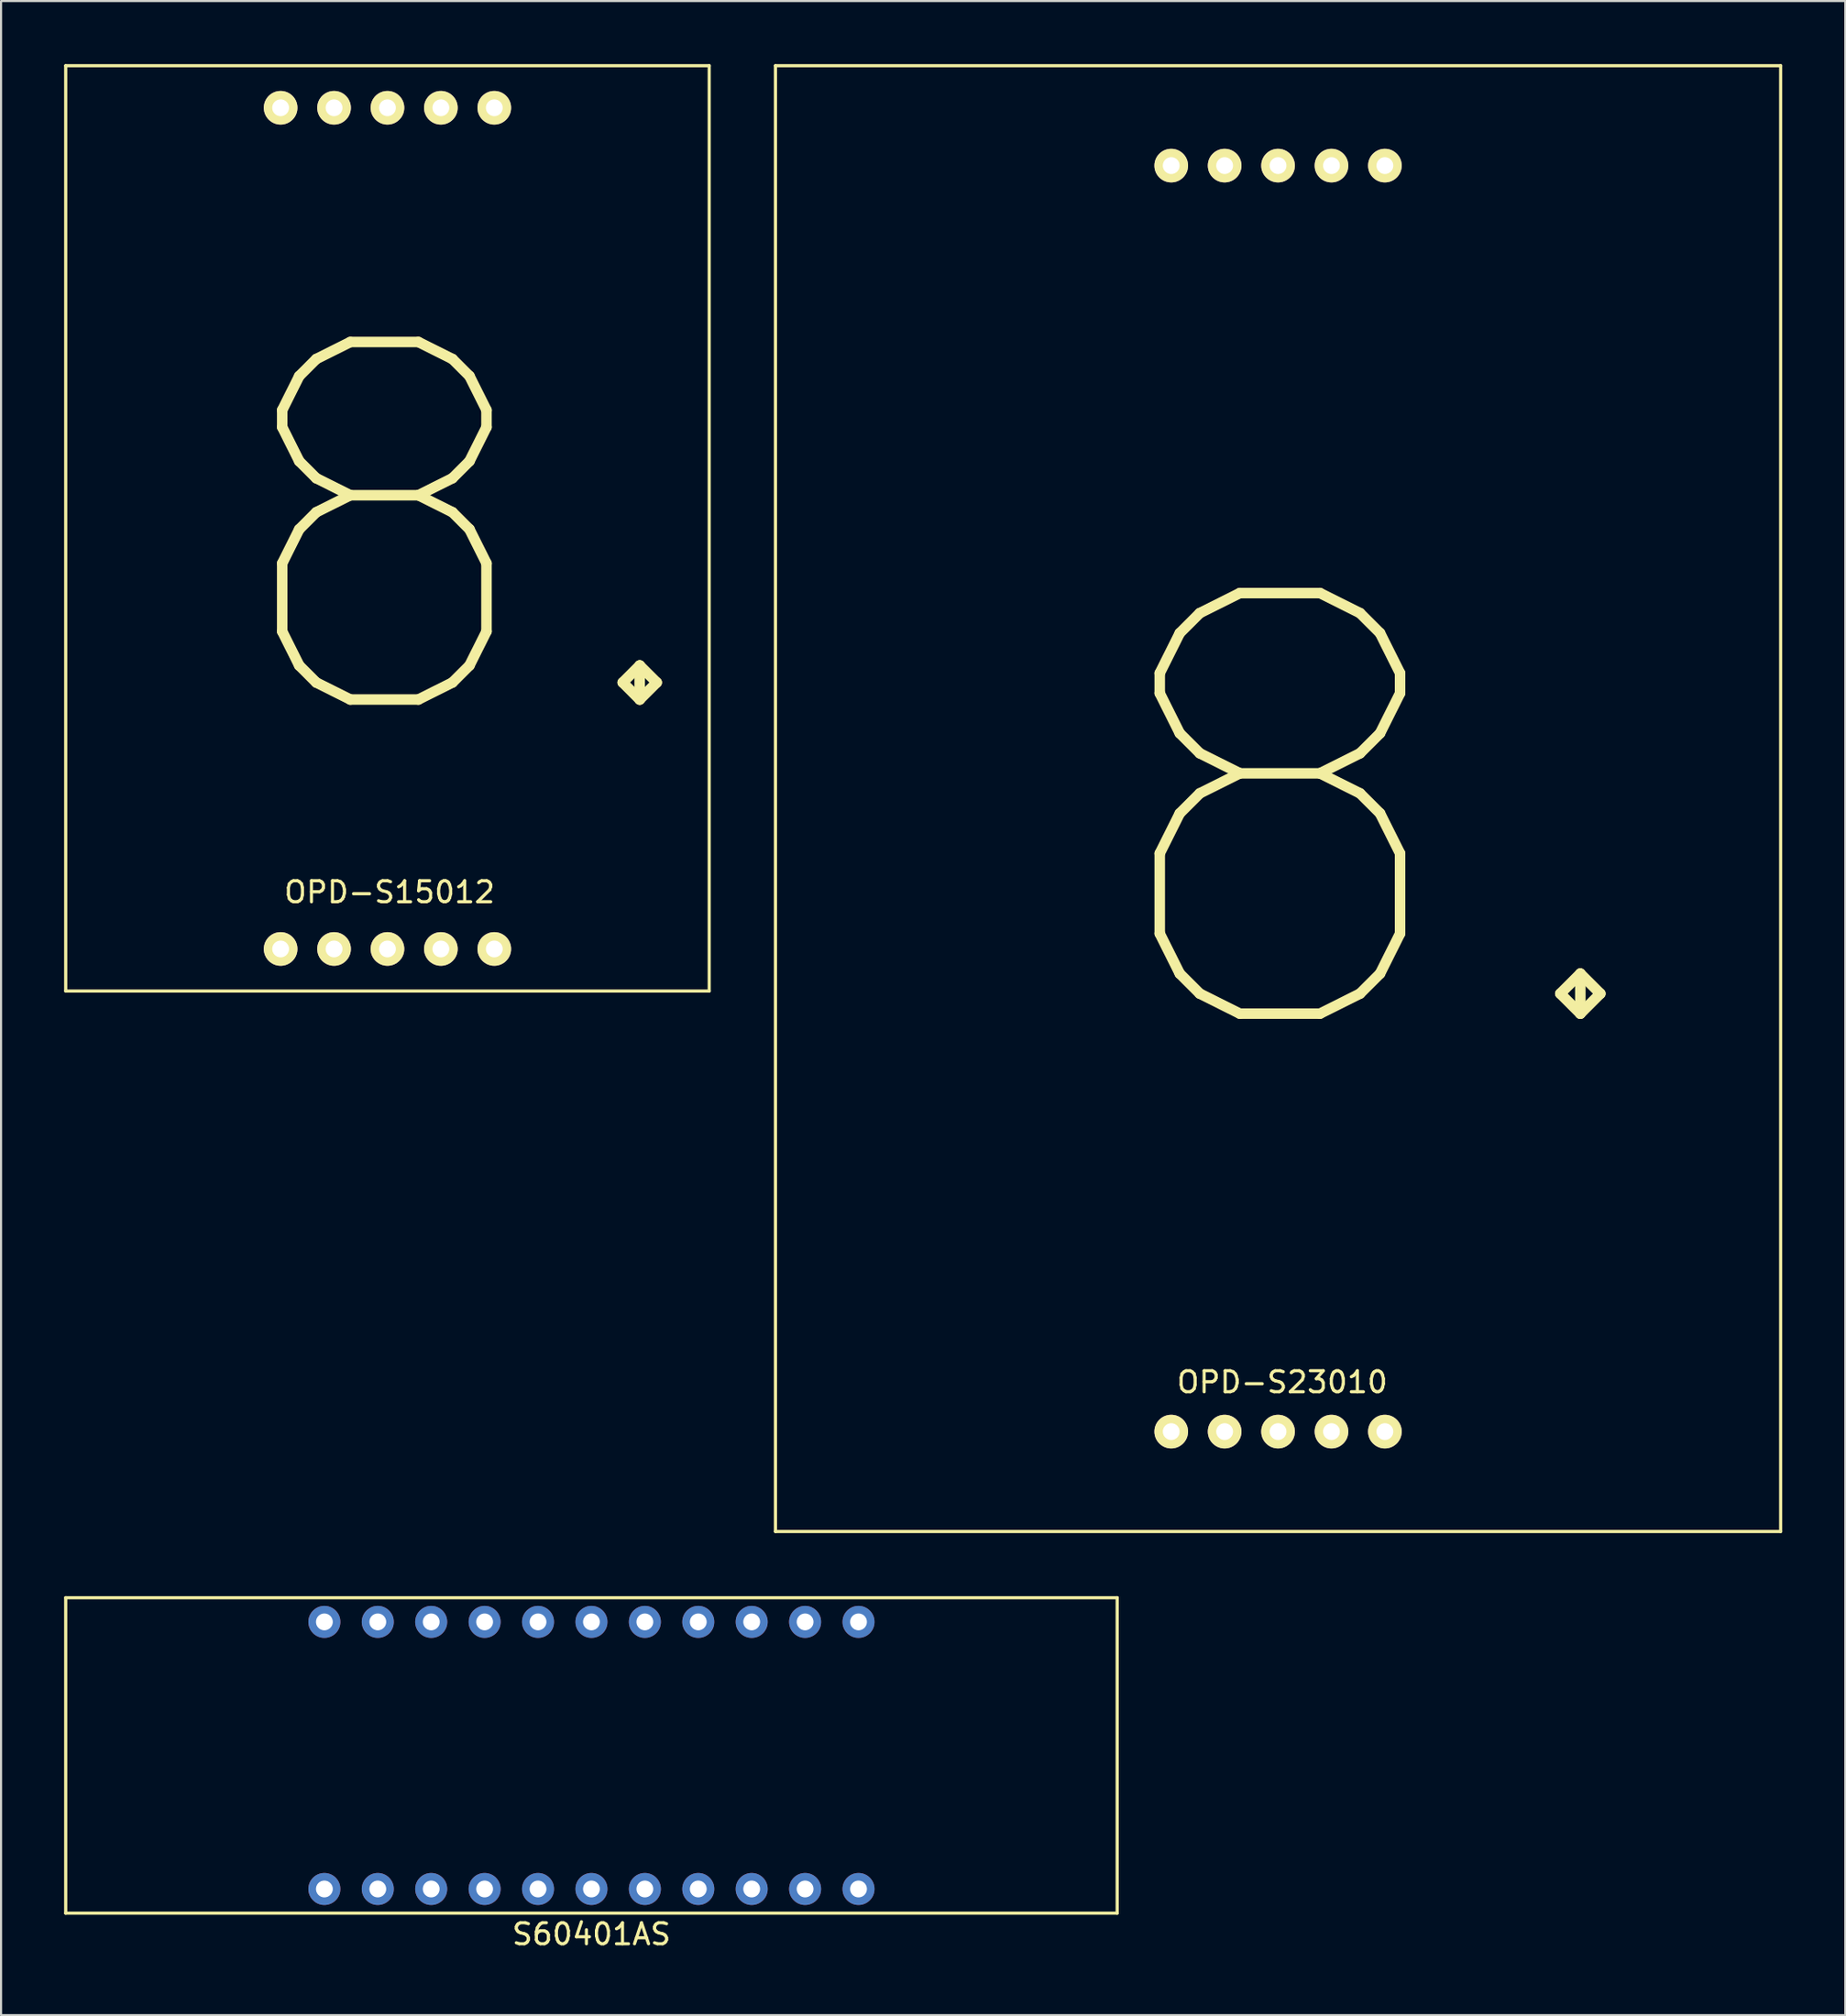
<source format=kicad_pcb>
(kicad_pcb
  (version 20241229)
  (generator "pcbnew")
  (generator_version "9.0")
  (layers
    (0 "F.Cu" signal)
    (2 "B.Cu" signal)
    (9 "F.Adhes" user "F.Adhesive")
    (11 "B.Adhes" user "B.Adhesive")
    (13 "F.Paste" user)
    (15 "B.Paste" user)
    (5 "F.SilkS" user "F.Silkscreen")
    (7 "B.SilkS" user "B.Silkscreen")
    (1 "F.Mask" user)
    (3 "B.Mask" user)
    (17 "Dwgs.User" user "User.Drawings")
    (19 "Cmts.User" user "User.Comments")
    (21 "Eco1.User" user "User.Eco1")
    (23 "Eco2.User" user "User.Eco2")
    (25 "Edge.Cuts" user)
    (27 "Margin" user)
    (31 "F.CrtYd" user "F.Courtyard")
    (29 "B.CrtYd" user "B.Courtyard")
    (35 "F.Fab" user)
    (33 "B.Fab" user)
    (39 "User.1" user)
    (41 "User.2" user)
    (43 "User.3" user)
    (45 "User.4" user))
  (footprint "OPD-S23010"
    (layer "F.Cu")
    (at 57.725 34.925)
    (property "Reference" "OPD-S23010" (at 0.2 27.75 0) (layer "F.SilkS") (effects (font (size 1 1) (thickness 0.15))))
    (attr through_hole)
    (fp_line (start -23.9 -34.85) (end 23.9 -34.85) (stroke (width 0.15) (type solid)) (layer "F.SilkS"))
    (fp_line (start -23.9 34.85) (end -23.9 -34.85) (stroke (width 0.15) (type solid)) (layer "F.SilkS"))
    (fp_line (start 23.9 -34.85) (end 23.9 34.85) (stroke (width 0.15) (type solid)) (layer "F.SilkS"))
    (fp_line (start 23.9 34.85) (end -23.9 34.85) (stroke (width 0.15) (type solid)) (layer "F.SilkS"))
    (fp_text user "8." (at 4.85 1 0) (layer "F.SilkS") (effects (font (size 20 20) (thickness 0.5))))
    (pad "1" thru_hole circle (at -5.08 30.1) (size 1.6 1.6) (drill 0.8) (layers "*.Cu" "*.Mask" "F.SilkS"))
    (pad "2" thru_hole circle (at -2.54 30.1) (size 1.6 1.6) (drill 0.8) (layers "*.Cu" "*.Mask" "F.SilkS"))
    (pad "3" thru_hole circle (at 0 30.1) (size 1.6 1.6) (drill 0.8) (layers "*.Cu" "*.Mask" "F.SilkS"))
    (pad "4" thru_hole circle (at 2.54 30.1) (size 1.6 1.6) (drill 0.8) (layers "*.Cu" "*.Mask" "F.SilkS"))
    (pad "5" thru_hole circle (at 5.08 30.1) (size 1.6 1.6) (drill 0.8) (layers "*.Cu" "*.Mask" "F.SilkS"))
    (pad "6" thru_hole circle (at 5.08 -30.1) (size 1.6 1.6) (drill 0.8) (layers "*.Cu" "*.Mask" "F.SilkS"))
    (pad "7" thru_hole circle (at 2.54 -30.1) (size 1.6 1.6) (drill 0.8) (layers "*.Cu" "*.Mask" "F.SilkS"))
    (pad "8" thru_hole circle (at 0 -30.1) (size 1.6 1.6) (drill 0.8) (layers "*.Cu" "*.Mask" "F.SilkS"))
    (pad "9" thru_hole circle (at -2.54 -30.1) (size 1.6 1.6) (drill 0.8) (layers "*.Cu" "*.Mask" "F.SilkS"))
    (pad "10" thru_hole circle (at -5.08 -30.1) (size 1.6 1.6) (drill 0.8) (layers "*.Cu" "*.Mask" "F.SilkS")))
  (footprint "OPD-S15012"
    (layer "F.Cu")
    (at 15.375 22.075)
    (property "Reference" "OPD-S15012" (at 0.1 17.3 0) (layer "F.SilkS") (effects (font (size 1 1) (thickness 0.15))))
    (attr through_hole)
    (fp_line (start -15.3 -22) (end 15.3 -22) (stroke (width 0.15) (type solid)) (layer "F.SilkS"))
    (fp_line (start -15.3 22) (end -15.3 -22) (stroke (width 0.15) (type solid)) (layer "F.SilkS"))
    (fp_line (start 15.3 -22) (end 15.3 22) (stroke (width 0.15) (type solid)) (layer "F.SilkS"))
    (fp_line (start 15.3 22) (end -15.3 22) (stroke (width 0.15) (type solid)) (layer "F.SilkS"))
    (fp_text user "8." (at 3.9 0.3 0) (layer "F.SilkS") (effects (font (size 17 17) (thickness 0.5))))
    (pad "1" thru_hole circle (at -5.08 20) (size 1.6 1.6) (drill 0.8) (layers "*.Cu" "*.Mask" "F.SilkS"))
    (pad "2" thru_hole circle (at -2.54 20) (size 1.6 1.6) (drill 0.8) (layers "*.Cu" "*.Mask" "F.SilkS"))
    (pad "3" thru_hole circle (at 0 20) (size 1.6 1.6) (drill 0.8) (layers "*.Cu" "*.Mask" "F.SilkS"))
    (pad "4" thru_hole circle (at 2.54 20) (size 1.6 1.6) (drill 0.8) (layers "*.Cu" "*.Mask" "F.SilkS"))
    (pad "5" thru_hole circle (at 5.08 20) (size 1.6 1.6) (drill 0.8) (layers "*.Cu" "*.Mask" "F.SilkS"))
    (pad "6" thru_hole circle (at 5.08 -20) (size 1.6 1.6) (drill 0.8) (layers "*.Cu" "*.Mask" "F.SilkS"))
    (pad "7" thru_hole circle (at 2.54 -20) (size 1.6 1.6) (drill 0.8) (layers "*.Cu" "*.Mask" "F.SilkS"))
    (pad "8" thru_hole circle (at 0 -20) (size 1.6 1.6) (drill 0.8) (layers "*.Cu" "*.Mask" "F.SilkS"))
    (pad "9" thru_hole circle (at -2.54 -20) (size 1.6 1.6) (drill 0.8) (layers "*.Cu" "*.Mask" "F.SilkS"))
    (pad "10" thru_hole circle (at -5.08 -20) (size 1.6 1.6) (drill 0.8) (layers "*.Cu" "*.Mask" "F.SilkS")))
  (footprint "S60401AS"
    (layer "F.Cu")
    (at 25.075 80.425)
    (property "Reference" "S60401AS" (at 0 8.5 0) (layer "F.SilkS") (effects (font (size 1 1) (thickness 0.15))))
    (attr through_hole)
    (fp_line (start -25 -7.5) (end 25 -7.5) (stroke (width 0.15) (type solid)) (layer "F.SilkS"))
    (fp_line (start -25 7.5) (end -25 -7.5) (stroke (width 0.15) (type solid)) (layer "F.SilkS"))
    (fp_line (start 25 -7.5) (end 25 7.5) (stroke (width 0.15) (type solid)) (layer "F.SilkS"))
    (fp_line (start 25 7.5) (end -25 7.5) (stroke (width 0.15) (type solid)) (layer "F.SilkS"))
    (pad "1" thru_hole circle (at -12.7 6.35) (size 1.524 1.524) (drill 0.8) (layers "*.Cu" "*.Mask"))
    (pad "2" thru_hole circle (at -10.16 6.35) (size 1.524 1.524) (drill 0.8) (layers "*.Cu" "*.Mask"))
    (pad "3" thru_hole circle (at -7.62 6.35) (size 1.524 1.524) (drill 0.8) (layers "*.Cu" "*.Mask"))
    (pad "4" thru_hole circle (at -5.08 6.35) (size 1.524 1.524) (drill 0.8) (layers "*.Cu" "*.Mask"))
    (pad "5" thru_hole circle (at -2.54 6.35) (size 1.524 1.524) (drill 0.8) (layers "*.Cu" "*.Mask"))
    (pad "6" thru_hole circle (at 0 6.35) (size 1.524 1.524) (drill 0.8) (layers "*.Cu" "*.Mask"))
    (pad "7" thru_hole circle (at 2.54 6.35) (size 1.524 1.524) (drill 0.8) (layers "*.Cu" "*.Mask"))
    (pad "8" thru_hole circle (at 5.08 6.35) (size 1.524 1.524) (drill 0.8) (layers "*.Cu" "*.Mask"))
    (pad "9" thru_hole circle (at 7.62 6.35) (size 1.524 1.524) (drill 0.8) (layers "*.Cu" "*.Mask"))
    (pad "10" thru_hole circle (at 10.16 6.35) (size 1.524 1.524) (drill 0.8) (layers "*.Cu" "*.Mask"))
    (pad "11" thru_hole circle (at 12.7 6.35) (size 1.524 1.524) (drill 0.8) (layers "*.Cu" "*.Mask"))
    (pad "12" thru_hole circle (at 12.7 -6.35) (size 1.524 1.524) (drill 0.8) (layers "*.Cu" "*.Mask"))
    (pad "13" thru_hole circle (at 10.16 -6.35) (size 1.524 1.524) (drill 0.8) (layers "*.Cu" "*.Mask"))
    (pad "14" thru_hole circle (at 7.62 -6.35) (size 1.524 1.524) (drill 0.8) (layers "*.Cu" "*.Mask"))
    (pad "15" thru_hole circle (at 5.08 -6.35) (size 1.524 1.524) (drill 0.8) (layers "*.Cu" "*.Mask"))
    (pad "16" thru_hole circle (at 2.54 -6.35) (size 1.524 1.524) (drill 0.8) (layers "*.Cu" "*.Mask"))
    (pad "17" thru_hole circle (at 0 -6.35) (size 1.524 1.524) (drill 0.8) (layers "*.Cu" "*.Mask"))
    (pad "18" thru_hole circle (at -2.54 -6.35) (size 1.524 1.524) (drill 0.8) (layers "*.Cu" "*.Mask"))
    (pad "19" thru_hole circle (at -5.08 -6.35) (size 1.524 1.524) (drill 0.8) (layers "*.Cu" "*.Mask"))
    (pad "20" thru_hole circle (at -7.62 -6.35) (size 1.524 1.524) (drill 0.8) (layers "*.Cu" "*.Mask"))
    (pad "21" thru_hole circle (at -10.16 -6.35) (size 1.524 1.524) (drill 0.8) (layers "*.Cu" "*.Mask"))
    (pad "22" thru_hole circle (at -12.7 -6.35) (size 1.524 1.524) (drill 0.8) (layers "*.Cu" "*.Mask")))
  (gr_rect
    (start -3 -3)
    (end 84.7 92.773)
    (stroke (width 0.1) (type default))
    (fill no)
    (layer "Edge.Cuts")))
</source>
